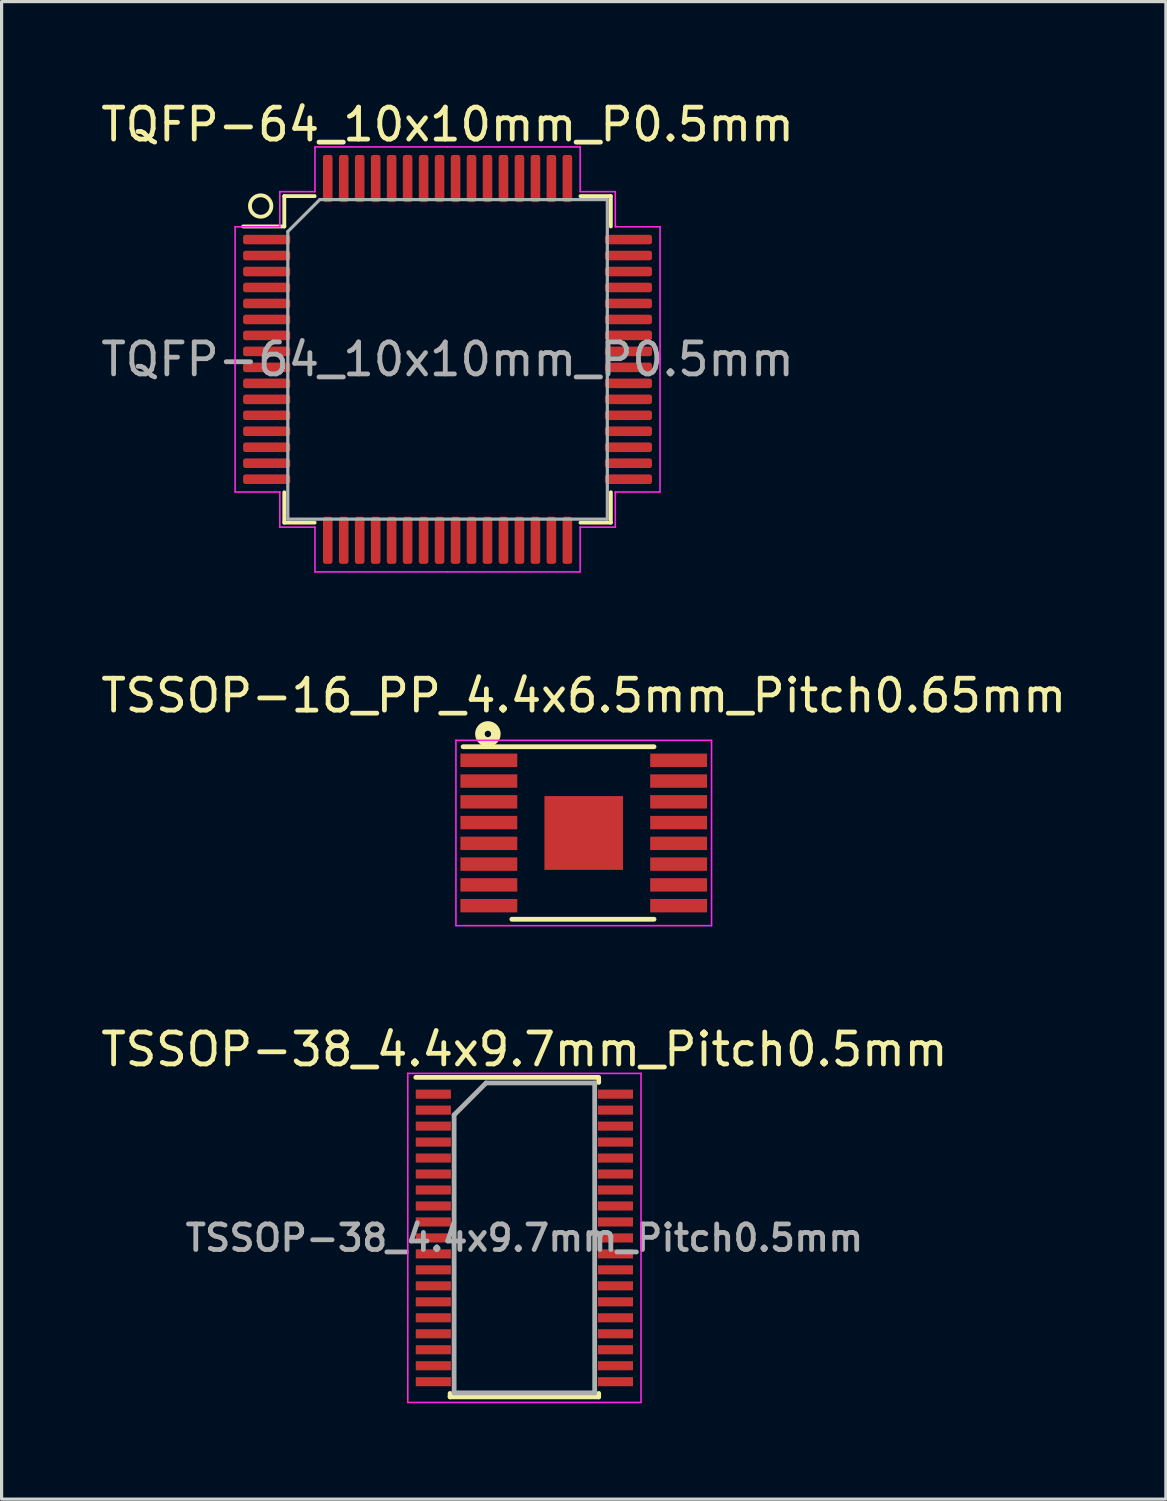
<source format=kicad_pcb>
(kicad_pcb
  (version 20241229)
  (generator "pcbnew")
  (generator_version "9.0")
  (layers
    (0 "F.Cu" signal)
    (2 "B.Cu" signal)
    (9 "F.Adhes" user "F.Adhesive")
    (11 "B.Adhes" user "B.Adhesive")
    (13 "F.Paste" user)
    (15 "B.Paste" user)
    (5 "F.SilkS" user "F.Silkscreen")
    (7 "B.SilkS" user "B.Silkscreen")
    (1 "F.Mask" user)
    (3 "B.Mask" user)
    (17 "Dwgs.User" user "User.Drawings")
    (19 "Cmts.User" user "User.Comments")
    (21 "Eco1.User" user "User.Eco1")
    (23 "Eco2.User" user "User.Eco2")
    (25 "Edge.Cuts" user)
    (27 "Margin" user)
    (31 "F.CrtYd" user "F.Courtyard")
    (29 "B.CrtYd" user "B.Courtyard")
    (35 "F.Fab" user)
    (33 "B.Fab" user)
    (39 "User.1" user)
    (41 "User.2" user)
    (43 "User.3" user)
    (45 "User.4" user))
  (footprint "TSSOP-16_PP_4.4x6.5mm_Pitch0.65mm"
    (layer "F.Cu")
    (at 15.22 23.021)
    (property "Reference" "TSSOP-16_PP_4.4x6.5mm_Pitch0.65mm" (at 0 -4.3 0) (layer "F.SilkS") (effects (font (size 1 1) (thickness 0.15))))
    (attr smd)
    (fp_line (start -3.775 -2.7) (end 2.2 -2.7) (stroke (width 0.15) (type solid)) (layer "F.SilkS"))
    (fp_line (start -2.25 2.7) (end 2.2 2.7) (stroke (width 0.15) (type solid)) (layer "F.SilkS"))
    (fp_circle (center -3 -3.1) (end -3 -3) (stroke (width 0.3) (type solid)) (fill no) (layer "F.SilkS"))
    (fp_circle (center -3 -3.1) (end -3 -2.9) (stroke (width 0.15) (type solid)) (fill no) (layer "F.SilkS"))
    (fp_line (start -4 -2.9) (end -4 2.9) (stroke (width 0.05) (type solid)) (layer "F.CrtYd"))
    (fp_line (start -4 -2.9) (end 4 -2.9) (stroke (width 0.05) (type solid)) (layer "F.CrtYd"))
    (fp_line (start -4 2.9) (end 4 2.9) (stroke (width 0.05) (type solid)) (layer "F.CrtYd"))
    (fp_line (start 4 -2.9) (end 4 2.9) (stroke (width 0.05) (type solid)) (layer "F.CrtYd"))
    (pad "1" smd rect (at -2.97 -2.275) (size 1.78 0.42) (layers "F.Cu" "F.Mask" "F.Paste"))
    (pad "2" smd rect (at -2.97 -1.625) (size 1.78 0.42) (layers "F.Cu" "F.Mask" "F.Paste"))
    (pad "3" smd rect (at -2.97 -0.975) (size 1.78 0.42) (layers "F.Cu" "F.Mask" "F.Paste"))
    (pad "4" smd rect (at -2.97 -0.325) (size 1.78 0.42) (layers "F.Cu" "F.Mask" "F.Paste"))
    (pad "5" smd rect (at -2.97 0.325) (size 1.78 0.42) (layers "F.Cu" "F.Mask" "F.Paste"))
    (pad "6" smd rect (at -2.97 0.975) (size 1.78 0.42) (layers "F.Cu" "F.Mask" "F.Paste"))
    (pad "7" smd rect (at -2.97 1.625) (size 1.78 0.42) (layers "F.Cu" "F.Mask" "F.Paste"))
    (pad "8" smd rect (at -2.97 2.275) (size 1.78 0.42) (layers "F.Cu" "F.Mask" "F.Paste"))
    (pad "9" smd rect (at 2.97 2.275) (size 1.78 0.42) (layers "F.Cu" "F.Mask" "F.Paste"))
    (pad "10" smd rect (at 2.97 1.625) (size 1.78 0.42) (layers "F.Cu" "F.Mask" "F.Paste"))
    (pad "11" smd rect (at 2.97 0.975) (size 1.78 0.42) (layers "F.Cu" "F.Mask" "F.Paste"))
    (pad "12" smd rect (at 2.97 0.325) (size 1.78 0.42) (layers "F.Cu" "F.Mask" "F.Paste"))
    (pad "13" smd rect (at 2.97 -0.325) (size 1.78 0.42) (layers "F.Cu" "F.Mask" "F.Paste"))
    (pad "14" smd rect (at 2.97 -0.975) (size 1.78 0.42) (layers "F.Cu" "F.Mask" "F.Paste"))
    (pad "15" smd rect (at 2.97 -1.625) (size 1.78 0.42) (layers "F.Cu" "F.Mask" "F.Paste"))
    (pad "16" smd rect (at 2.97 -2.275) (size 1.78 0.42) (layers "F.Cu" "F.Mask" "F.Paste"))
    (pad "17" smd rect (at 0 0) (size 2.46 2.31) (layers "F.Cu" "F.Mask" "F.Paste")))
  (footprint "TSSOP-38_4.4x9.7mm_Pitch0.5mm"
    (layer "F.Cu")
    (at 13.363 35.695)
    (property "Reference" "TSSOP-38_4.4x9.7mm_Pitch0.5mm" (at 0 -5.9 0) (layer "F.SilkS") (effects (font (size 1 1) (thickness 0.15))))
    (attr smd)
    (fp_line (start -3.4 -5.025) (end 2.325 -5.025) (stroke (width 0.15) (type solid)) (layer "F.SilkS"))
    (fp_line (start -2.325 4.975) (end -2.325 4.867) (stroke (width 0.15) (type solid)) (layer "F.SilkS"))
    (fp_line (start -2.325 4.975) (end 2.325 4.975) (stroke (width 0.15) (type solid)) (layer "F.SilkS"))
    (fp_line (start 2.325 -4.975) (end 2.325 -4.867) (stroke (width 0.15) (type solid)) (layer "F.SilkS"))
    (fp_line (start 2.325 4.975) (end 2.325 4.867) (stroke (width 0.15) (type solid)) (layer "F.SilkS"))
    (fp_line (start -3.65 -5.15) (end -3.65 5.15) (stroke (width 0.05) (type solid)) (layer "F.CrtYd"))
    (fp_line (start -3.65 -5.15) (end 3.65 -5.15) (stroke (width 0.05) (type solid)) (layer "F.CrtYd"))
    (fp_line (start -3.65 5.15) (end 3.65 5.15) (stroke (width 0.05) (type solid)) (layer "F.CrtYd"))
    (fp_line (start 3.65 -5.15) (end 3.65 5.15) (stroke (width 0.05) (type solid)) (layer "F.CrtYd"))
    (fp_line (start -2.2 -3.85) (end -1.2 -4.85) (stroke (width 0.15) (type solid)) (layer "F.Fab"))
    (fp_line (start -2.2 4.85) (end -2.2 -3.85) (stroke (width 0.15) (type solid)) (layer "F.Fab"))
    (fp_line (start -1.2 -4.85) (end 2.2 -4.85) (stroke (width 0.15) (type solid)) (layer "F.Fab"))
    (fp_line (start 2.2 -4.85) (end 2.2 4.85) (stroke (width 0.15) (type solid)) (layer "F.Fab"))
    (fp_line (start 2.2 4.85) (end -2.2 4.85) (stroke (width 0.15) (type solid)) (layer "F.Fab"))
    (fp_text user "${REFERENCE}" (at 0 0 0) (layer "F.Fab") (effects (font (size 0.8 0.8) (thickness 0.15))))
    (pad "1" smd rect (at -2.85 -4.5) (size 1.1 0.285) (layers "F.Cu" "F.Mask" "F.Paste"))
    (pad "2" smd rect (at -2.85 -4) (size 1.1 0.285) (layers "F.Cu" "F.Mask" "F.Paste"))
    (pad "3" smd rect (at -2.85 -3.5) (size 1.1 0.285) (layers "F.Cu" "F.Mask" "F.Paste"))
    (pad "4" smd rect (at -2.85 -3) (size 1.1 0.285) (layers "F.Cu" "F.Mask" "F.Paste"))
    (pad "5" smd rect (at -2.85 -2.5) (size 1.1 0.285) (layers "F.Cu" "F.Mask" "F.Paste"))
    (pad "6" smd rect (at -2.85 -2) (size 1.1 0.285) (layers "F.Cu" "F.Mask" "F.Paste"))
    (pad "7" smd rect (at -2.85 -1.5) (size 1.1 0.285) (layers "F.Cu" "F.Mask" "F.Paste"))
    (pad "8" smd rect (at -2.85 -1) (size 1.1 0.285) (layers "F.Cu" "F.Mask" "F.Paste"))
    (pad "9" smd rect (at -2.85 -0.5) (size 1.1 0.285) (layers "F.Cu" "F.Mask" "F.Paste"))
    (pad "10" smd rect (at -2.85 0) (size 1.1 0.285) (layers "F.Cu" "F.Mask" "F.Paste"))
    (pad "11" smd rect (at -2.85 0.5) (size 1.1 0.285) (layers "F.Cu" "F.Mask" "F.Paste"))
    (pad "12" smd rect (at -2.85 1) (size 1.1 0.285) (layers "F.Cu" "F.Mask" "F.Paste"))
    (pad "13" smd rect (at -2.85 1.5) (size 1.1 0.285) (layers "F.Cu" "F.Mask" "F.Paste"))
    (pad "14" smd rect (at -2.85 2) (size 1.1 0.285) (layers "F.Cu" "F.Mask" "F.Paste"))
    (pad "15" smd rect (at -2.85 2.5) (size 1.1 0.285) (layers "F.Cu" "F.Mask" "F.Paste"))
    (pad "16" smd rect (at -2.85 3) (size 1.1 0.285) (layers "F.Cu" "F.Mask" "F.Paste"))
    (pad "17" smd rect (at -2.85 3.5) (size 1.1 0.285) (layers "F.Cu" "F.Mask" "F.Paste"))
    (pad "18" smd rect (at -2.85 4) (size 1.1 0.285) (layers "F.Cu" "F.Mask" "F.Paste"))
    (pad "19" smd rect (at -2.85 4.5) (size 1.1 0.285) (layers "F.Cu" "F.Mask" "F.Paste"))
    (pad "20" smd rect (at 2.85 4.5) (size 1.1 0.285) (layers "F.Cu" "F.Mask" "F.Paste"))
    (pad "21" smd rect (at 2.85 4) (size 1.1 0.285) (layers "F.Cu" "F.Mask" "F.Paste"))
    (pad "22" smd rect (at 2.85 3.5) (size 1.1 0.285) (layers "F.Cu" "F.Mask" "F.Paste"))
    (pad "23" smd rect (at 2.85 3) (size 1.1 0.285) (layers "F.Cu" "F.Mask" "F.Paste"))
    (pad "24" smd rect (at 2.85 2.5) (size 1.1 0.285) (layers "F.Cu" "F.Mask" "F.Paste"))
    (pad "25" smd rect (at 2.85 2) (size 1.1 0.285) (layers "F.Cu" "F.Mask" "F.Paste"))
    (pad "26" smd rect (at 2.85 1.5) (size 1.1 0.285) (layers "F.Cu" "F.Mask" "F.Paste"))
    (pad "27" smd rect (at 2.85 1) (size 1.1 0.285) (layers "F.Cu" "F.Mask" "F.Paste"))
    (pad "28" smd rect (at 2.85 0.5) (size 1.1 0.285) (layers "F.Cu" "F.Mask" "F.Paste"))
    (pad "29" smd rect (at 2.85 0) (size 1.1 0.285) (layers "F.Cu" "F.Mask" "F.Paste"))
    (pad "30" smd rect (at 2.85 -0.5) (size 1.1 0.285) (layers "F.Cu" "F.Mask" "F.Paste"))
    (pad "31" smd rect (at 2.85 -1) (size 1.1 0.285) (layers "F.Cu" "F.Mask" "F.Paste"))
    (pad "32" smd rect (at 2.85 -1.5) (size 1.1 0.285) (layers "F.Cu" "F.Mask" "F.Paste"))
    (pad "33" smd rect (at 2.85 -2) (size 1.1 0.285) (layers "F.Cu" "F.Mask" "F.Paste"))
    (pad "34" smd rect (at 2.85 -2.5) (size 1.1 0.285) (layers "F.Cu" "F.Mask" "F.Paste"))
    (pad "35" smd rect (at 2.85 -3) (size 1.1 0.285) (layers "F.Cu" "F.Mask" "F.Paste"))
    (pad "36" smd rect (at 2.85 -3.5) (size 1.1 0.285) (layers "F.Cu" "F.Mask" "F.Paste"))
    (pad "37" smd rect (at 2.85 -4) (size 1.1 0.285) (layers "F.Cu" "F.Mask" "F.Paste"))
    (pad "38" smd rect (at 2.85 -4.5) (size 1.1 0.285) (layers "F.Cu" "F.Mask" "F.Paste")))
  (footprint "TQFP-64_10x10mm_P0.5mm"
    (layer "F.Cu")
    (at 10.958 8.198)
    (property "Reference" "TQFP-64_10x10mm_P0.5mm" (at 0 -7.35 0) (layer "F.SilkS") (effects (font (size 1 1) (thickness 0.15))))
    (attr smd)
    (fp_line (start -5.11 -5.11) (end -5.11 -4.16) (stroke (width 0.12) (type solid)) (layer "F.SilkS"))
    (fp_line (start -5.11 -4.16) (end -6.4 -4.16) (stroke (width 0.12) (type solid)) (layer "F.SilkS"))
    (fp_line (start -5.11 5.11) (end -5.11 4.16) (stroke (width 0.12) (type solid)) (layer "F.SilkS"))
    (fp_line (start -4.16 -5.11) (end -5.11 -5.11) (stroke (width 0.12) (type solid)) (layer "F.SilkS"))
    (fp_line (start -4.16 5.11) (end -5.11 5.11) (stroke (width 0.12) (type solid)) (layer "F.SilkS"))
    (fp_line (start 4.16 -5.11) (end 5.11 -5.11) (stroke (width 0.12) (type solid)) (layer "F.SilkS"))
    (fp_line (start 4.16 5.11) (end 5.11 5.11) (stroke (width 0.12) (type solid)) (layer "F.SilkS"))
    (fp_line (start 5.11 -5.11) (end 5.11 -4.16) (stroke (width 0.12) (type solid)) (layer "F.SilkS"))
    (fp_line (start 5.11 5.11) (end 5.11 4.16) (stroke (width 0.12) (type solid)) (layer "F.SilkS"))
    (fp_circle (center -5.85 -4.8) (end -5.7 -5.1) (stroke (width 0.12) (type solid)) (fill no) (layer "F.SilkS"))
    (fp_line (start -6.65 -4.15) (end -6.65 0) (stroke (width 0.05) (type solid)) (layer "F.CrtYd"))
    (fp_line (start -6.65 4.15) (end -6.65 0) (stroke (width 0.05) (type solid)) (layer "F.CrtYd"))
    (fp_line (start -5.25 -5.25) (end -5.25 -4.15) (stroke (width 0.05) (type solid)) (layer "F.CrtYd"))
    (fp_line (start -5.25 -4.15) (end -6.65 -4.15) (stroke (width 0.05) (type solid)) (layer "F.CrtYd"))
    (fp_line (start -5.25 4.15) (end -6.65 4.15) (stroke (width 0.05) (type solid)) (layer "F.CrtYd"))
    (fp_line (start -5.25 5.25) (end -5.25 4.15) (stroke (width 0.05) (type solid)) (layer "F.CrtYd"))
    (fp_line (start -4.15 -6.65) (end -4.15 -5.25) (stroke (width 0.05) (type solid)) (layer "F.CrtYd"))
    (fp_line (start -4.15 -5.25) (end -5.25 -5.25) (stroke (width 0.05) (type solid)) (layer "F.CrtYd"))
    (fp_line (start -4.15 5.25) (end -5.25 5.25) (stroke (width 0.05) (type solid)) (layer "F.CrtYd"))
    (fp_line (start -4.15 6.65) (end -4.15 5.25) (stroke (width 0.05) (type solid)) (layer "F.CrtYd"))
    (fp_line (start 0 -6.65) (end -4.15 -6.65) (stroke (width 0.05) (type solid)) (layer "F.CrtYd"))
    (fp_line (start 0 -6.65) (end 4.15 -6.65) (stroke (width 0.05) (type solid)) (layer "F.CrtYd"))
    (fp_line (start 0 6.65) (end -4.15 6.65) (stroke (width 0.05) (type solid)) (layer "F.CrtYd"))
    (fp_line (start 0 6.65) (end 4.15 6.65) (stroke (width 0.05) (type solid)) (layer "F.CrtYd"))
    (fp_line (start 4.15 -6.65) (end 4.15 -5.25) (stroke (width 0.05) (type solid)) (layer "F.CrtYd"))
    (fp_line (start 4.15 -5.25) (end 5.25 -5.25) (stroke (width 0.05) (type solid)) (layer "F.CrtYd"))
    (fp_line (start 4.15 5.25) (end 5.25 5.25) (stroke (width 0.05) (type solid)) (layer "F.CrtYd"))
    (fp_line (start 4.15 6.65) (end 4.15 5.25) (stroke (width 0.05) (type solid)) (layer "F.CrtYd"))
    (fp_line (start 5.25 -5.25) (end 5.25 -4.15) (stroke (width 0.05) (type solid)) (layer "F.CrtYd"))
    (fp_line (start 5.25 -4.15) (end 6.65 -4.15) (stroke (width 0.05) (type solid)) (layer "F.CrtYd"))
    (fp_line (start 5.25 4.15) (end 6.65 4.15) (stroke (width 0.05) (type solid)) (layer "F.CrtYd"))
    (fp_line (start 5.25 5.25) (end 5.25 4.15) (stroke (width 0.05) (type solid)) (layer "F.CrtYd"))
    (fp_line (start 6.65 -4.15) (end 6.65 0) (stroke (width 0.05) (type solid)) (layer "F.CrtYd"))
    (fp_line (start 6.65 4.15) (end 6.65 0) (stroke (width 0.05) (type solid)) (layer "F.CrtYd"))
    (fp_line (start -5 -4) (end -4 -5) (stroke (width 0.1) (type solid)) (layer "F.Fab"))
    (fp_line (start -5 5) (end -5 -4) (stroke (width 0.1) (type solid)) (layer "F.Fab"))
    (fp_line (start -4 -5) (end 5 -5) (stroke (width 0.1) (type solid)) (layer "F.Fab"))
    (fp_line (start 5 -5) (end 5 5) (stroke (width 0.1) (type solid)) (layer "F.Fab"))
    (fp_line (start 5 5) (end -5 5) (stroke (width 0.1) (type solid)) (layer "F.Fab"))
    (fp_text user "${REFERENCE}" (at 0 0 0) (layer "F.Fab") (effects (font (size 1 1) (thickness 0.15))))
    (pad "1" smd roundrect (at -5.662 -3.75) (size 1.475 0.3) (layers "F.Cu" "F.Mask" "F.Paste") (roundrect_rratio 0.25))
    (pad "2" smd roundrect (at -5.662 -3.25) (size 1.475 0.3) (layers "F.Cu" "F.Mask" "F.Paste") (roundrect_rratio 0.25))
    (pad "3" smd roundrect (at -5.662 -2.75) (size 1.475 0.3) (layers "F.Cu" "F.Mask" "F.Paste") (roundrect_rratio 0.25))
    (pad "4" smd roundrect (at -5.662 -2.25) (size 1.475 0.3) (layers "F.Cu" "F.Mask" "F.Paste") (roundrect_rratio 0.25))
    (pad "5" smd roundrect (at -5.662 -1.75) (size 1.475 0.3) (layers "F.Cu" "F.Mask" "F.Paste") (roundrect_rratio 0.25))
    (pad "6" smd roundrect (at -5.662 -1.25) (size 1.475 0.3) (layers "F.Cu" "F.Mask" "F.Paste") (roundrect_rratio 0.25))
    (pad "7" smd roundrect (at -5.662 -0.75) (size 1.475 0.3) (layers "F.Cu" "F.Mask" "F.Paste") (roundrect_rratio 0.25))
    (pad "8" smd roundrect (at -5.662 -0.25) (size 1.475 0.3) (layers "F.Cu" "F.Mask" "F.Paste") (roundrect_rratio 0.25))
    (pad "9" smd roundrect (at -5.662 0.25) (size 1.475 0.3) (layers "F.Cu" "F.Mask" "F.Paste") (roundrect_rratio 0.25))
    (pad "10" smd roundrect (at -5.662 0.75) (size 1.475 0.3) (layers "F.Cu" "F.Mask" "F.Paste") (roundrect_rratio 0.25))
    (pad "11" smd roundrect (at -5.662 1.25) (size 1.475 0.3) (layers "F.Cu" "F.Mask" "F.Paste") (roundrect_rratio 0.25))
    (pad "12" smd roundrect (at -5.662 1.75) (size 1.475 0.3) (layers "F.Cu" "F.Mask" "F.Paste") (roundrect_rratio 0.25))
    (pad "13" smd roundrect (at -5.662 2.25) (size 1.475 0.3) (layers "F.Cu" "F.Mask" "F.Paste") (roundrect_rratio 0.25))
    (pad "14" smd roundrect (at -5.662 2.75) (size 1.475 0.3) (layers "F.Cu" "F.Mask" "F.Paste") (roundrect_rratio 0.25))
    (pad "15" smd roundrect (at -5.662 3.25) (size 1.475 0.3) (layers "F.Cu" "F.Mask" "F.Paste") (roundrect_rratio 0.25))
    (pad "16" smd roundrect (at -5.662 3.75) (size 1.475 0.3) (layers "F.Cu" "F.Mask" "F.Paste") (roundrect_rratio 0.25))
    (pad "17" smd roundrect (at -3.75 5.662) (size 0.3 1.475) (layers "F.Cu" "F.Mask" "F.Paste") (roundrect_rratio 0.25))
    (pad "18" smd roundrect (at -3.25 5.662) (size 0.3 1.475) (layers "F.Cu" "F.Mask" "F.Paste") (roundrect_rratio 0.25))
    (pad "19" smd roundrect (at -2.75 5.662) (size 0.3 1.475) (layers "F.Cu" "F.Mask" "F.Paste") (roundrect_rratio 0.25))
    (pad "20" smd roundrect (at -2.25 5.662) (size 0.3 1.475) (layers "F.Cu" "F.Mask" "F.Paste") (roundrect_rratio 0.25))
    (pad "21" smd roundrect (at -1.75 5.662) (size 0.3 1.475) (layers "F.Cu" "F.Mask" "F.Paste") (roundrect_rratio 0.25))
    (pad "22" smd roundrect (at -1.25 5.662) (size 0.3 1.475) (layers "F.Cu" "F.Mask" "F.Paste") (roundrect_rratio 0.25))
    (pad "23" smd roundrect (at -0.75 5.662) (size 0.3 1.475) (layers "F.Cu" "F.Mask" "F.Paste") (roundrect_rratio 0.25))
    (pad "24" smd roundrect (at -0.25 5.662) (size 0.3 1.475) (layers "F.Cu" "F.Mask" "F.Paste") (roundrect_rratio 0.25))
    (pad "25" smd roundrect (at 0.25 5.662) (size 0.3 1.475) (layers "F.Cu" "F.Mask" "F.Paste") (roundrect_rratio 0.25))
    (pad "26" smd roundrect (at 0.75 5.662) (size 0.3 1.475) (layers "F.Cu" "F.Mask" "F.Paste") (roundrect_rratio 0.25))
    (pad "27" smd roundrect (at 1.25 5.662) (size 0.3 1.475) (layers "F.Cu" "F.Mask" "F.Paste") (roundrect_rratio 0.25))
    (pad "28" smd roundrect (at 1.75 5.662) (size 0.3 1.475) (layers "F.Cu" "F.Mask" "F.Paste") (roundrect_rratio 0.25))
    (pad "29" smd roundrect (at 2.25 5.662) (size 0.3 1.475) (layers "F.Cu" "F.Mask" "F.Paste") (roundrect_rratio 0.25))
    (pad "30" smd roundrect (at 2.75 5.662) (size 0.3 1.475) (layers "F.Cu" "F.Mask" "F.Paste") (roundrect_rratio 0.25))
    (pad "31" smd roundrect (at 3.25 5.662) (size 0.3 1.475) (layers "F.Cu" "F.Mask" "F.Paste") (roundrect_rratio 0.25))
    (pad "32" smd roundrect (at 3.75 5.662) (size 0.3 1.475) (layers "F.Cu" "F.Mask" "F.Paste") (roundrect_rratio 0.25))
    (pad "33" smd roundrect (at 5.662 3.75) (size 1.475 0.3) (layers "F.Cu" "F.Mask" "F.Paste") (roundrect_rratio 0.25))
    (pad "34" smd roundrect (at 5.662 3.25) (size 1.475 0.3) (layers "F.Cu" "F.Mask" "F.Paste") (roundrect_rratio 0.25))
    (pad "35" smd roundrect (at 5.662 2.75) (size 1.475 0.3) (layers "F.Cu" "F.Mask" "F.Paste") (roundrect_rratio 0.25))
    (pad "36" smd roundrect (at 5.662 2.25) (size 1.475 0.3) (layers "F.Cu" "F.Mask" "F.Paste") (roundrect_rratio 0.25))
    (pad "37" smd roundrect (at 5.662 1.75) (size 1.475 0.3) (layers "F.Cu" "F.Mask" "F.Paste") (roundrect_rratio 0.25))
    (pad "38" smd roundrect (at 5.662 1.25) (size 1.475 0.3) (layers "F.Cu" "F.Mask" "F.Paste") (roundrect_rratio 0.25))
    (pad "39" smd roundrect (at 5.662 0.75) (size 1.475 0.3) (layers "F.Cu" "F.Mask" "F.Paste") (roundrect_rratio 0.25))
    (pad "40" smd roundrect (at 5.662 0.25) (size 1.475 0.3) (layers "F.Cu" "F.Mask" "F.Paste") (roundrect_rratio 0.25))
    (pad "41" smd roundrect (at 5.662 -0.25) (size 1.475 0.3) (layers "F.Cu" "F.Mask" "F.Paste") (roundrect_rratio 0.25))
    (pad "42" smd roundrect (at 5.662 -0.75) (size 1.475 0.3) (layers "F.Cu" "F.Mask" "F.Paste") (roundrect_rratio 0.25))
    (pad "43" smd roundrect (at 5.662 -1.25) (size 1.475 0.3) (layers "F.Cu" "F.Mask" "F.Paste") (roundrect_rratio 0.25))
    (pad "44" smd roundrect (at 5.662 -1.75) (size 1.475 0.3) (layers "F.Cu" "F.Mask" "F.Paste") (roundrect_rratio 0.25))
    (pad "45" smd roundrect (at 5.662 -2.25) (size 1.475 0.3) (layers "F.Cu" "F.Mask" "F.Paste") (roundrect_rratio 0.25))
    (pad "46" smd roundrect (at 5.662 -2.75) (size 1.475 0.3) (layers "F.Cu" "F.Mask" "F.Paste") (roundrect_rratio 0.25))
    (pad "47" smd roundrect (at 5.662 -3.25) (size 1.475 0.3) (layers "F.Cu" "F.Mask" "F.Paste") (roundrect_rratio 0.25))
    (pad "48" smd roundrect (at 5.662 -3.75) (size 1.475 0.3) (layers "F.Cu" "F.Mask" "F.Paste") (roundrect_rratio 0.25))
    (pad "49" smd roundrect (at 3.75 -5.662) (size 0.3 1.475) (layers "F.Cu" "F.Mask" "F.Paste") (roundrect_rratio 0.25))
    (pad "50" smd roundrect (at 3.25 -5.662) (size 0.3 1.475) (layers "F.Cu" "F.Mask" "F.Paste") (roundrect_rratio 0.25))
    (pad "51" smd roundrect (at 2.75 -5.662) (size 0.3 1.475) (layers "F.Cu" "F.Mask" "F.Paste") (roundrect_rratio 0.25))
    (pad "52" smd roundrect (at 2.25 -5.662) (size 0.3 1.475) (layers "F.Cu" "F.Mask" "F.Paste") (roundrect_rratio 0.25))
    (pad "53" smd roundrect (at 1.75 -5.662) (size 0.3 1.475) (layers "F.Cu" "F.Mask" "F.Paste") (roundrect_rratio 0.25))
    (pad "54" smd roundrect (at 1.25 -5.662) (size 0.3 1.475) (layers "F.Cu" "F.Mask" "F.Paste") (roundrect_rratio 0.25))
    (pad "55" smd roundrect (at 0.75 -5.662) (size 0.3 1.475) (layers "F.Cu" "F.Mask" "F.Paste") (roundrect_rratio 0.25))
    (pad "56" smd roundrect (at 0.25 -5.662) (size 0.3 1.475) (layers "F.Cu" "F.Mask" "F.Paste") (roundrect_rratio 0.25))
    (pad "57" smd roundrect (at -0.25 -5.662) (size 0.3 1.475) (layers "F.Cu" "F.Mask" "F.Paste") (roundrect_rratio 0.25))
    (pad "58" smd roundrect (at -0.75 -5.662) (size 0.3 1.475) (layers "F.Cu" "F.Mask" "F.Paste") (roundrect_rratio 0.25))
    (pad "59" smd roundrect (at -1.25 -5.662) (size 0.3 1.475) (layers "F.Cu" "F.Mask" "F.Paste") (roundrect_rratio 0.25))
    (pad "60" smd roundrect (at -1.75 -5.662) (size 0.3 1.475) (layers "F.Cu" "F.Mask" "F.Paste") (roundrect_rratio 0.25))
    (pad "61" smd roundrect (at -2.25 -5.662) (size 0.3 1.475) (layers "F.Cu" "F.Mask" "F.Paste") (roundrect_rratio 0.25))
    (pad "62" smd roundrect (at -2.75 -5.662) (size 0.3 1.475) (layers "F.Cu" "F.Mask" "F.Paste") (roundrect_rratio 0.25))
    (pad "63" smd roundrect (at -3.25 -5.662) (size 0.3 1.475) (layers "F.Cu" "F.Mask" "F.Paste") (roundrect_rratio 0.25))
    (pad "64" smd roundrect (at -3.75 -5.662) (size 0.3 1.475) (layers "F.Cu" "F.Mask" "F.Paste") (roundrect_rratio 0.25)))
  (gr_rect
    (start -3 -3)
    (end 33.44 43.87)
    (stroke (width 0.1) (type default))
    (fill no)
    (layer "Edge.Cuts")))
</source>
